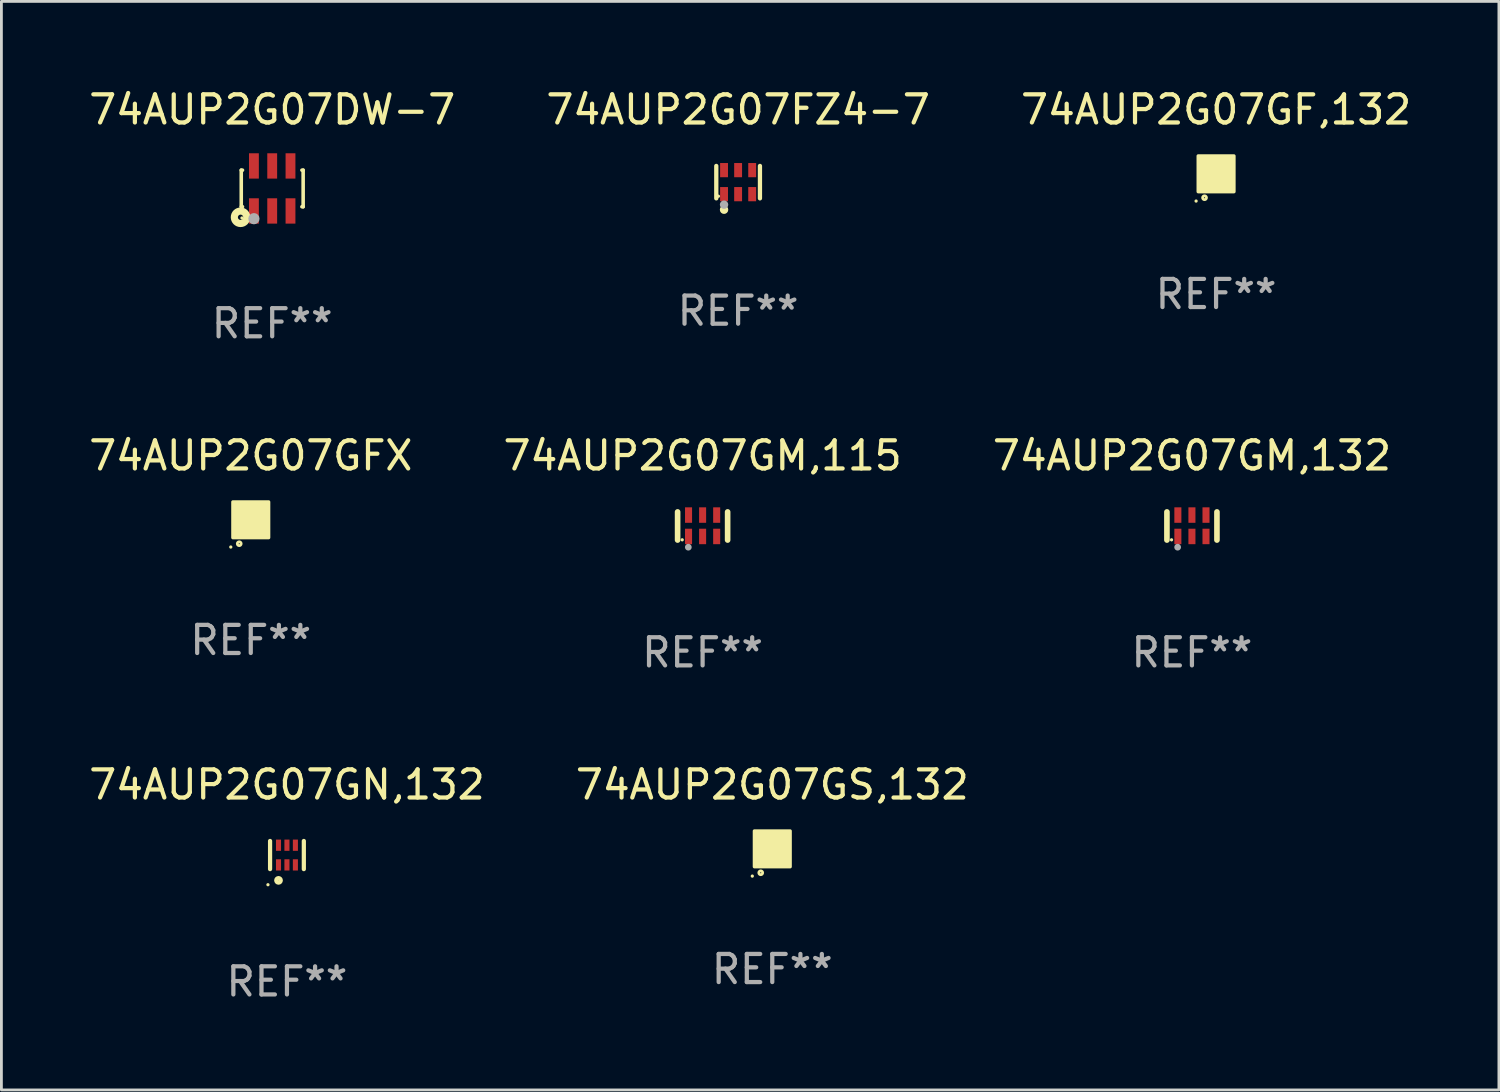
<source format=kicad_pcb>
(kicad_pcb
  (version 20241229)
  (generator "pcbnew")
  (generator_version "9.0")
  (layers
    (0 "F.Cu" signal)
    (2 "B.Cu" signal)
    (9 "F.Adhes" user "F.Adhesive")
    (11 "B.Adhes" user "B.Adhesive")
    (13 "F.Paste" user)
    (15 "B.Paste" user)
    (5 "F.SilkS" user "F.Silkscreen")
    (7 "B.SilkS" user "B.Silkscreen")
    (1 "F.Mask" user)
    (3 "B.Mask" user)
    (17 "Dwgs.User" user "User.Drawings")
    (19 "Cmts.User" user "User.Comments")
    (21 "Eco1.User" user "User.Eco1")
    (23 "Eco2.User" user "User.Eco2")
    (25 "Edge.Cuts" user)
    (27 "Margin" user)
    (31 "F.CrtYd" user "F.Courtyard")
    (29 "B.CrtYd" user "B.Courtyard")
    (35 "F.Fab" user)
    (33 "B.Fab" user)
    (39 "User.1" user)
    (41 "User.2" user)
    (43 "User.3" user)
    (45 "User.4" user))
  (footprint "74AUP2G07GFX"
    (layer "F.Cu")
    (at 5.863 15.425)
    (property "Reference" "74AUP2G07GFX" (at 0 -2.28 0) (layer "F.SilkS") (effects (font (size 1 1) (thickness 0.15))))
    (attr through_hole)
    (fp_circle (center -0.71 0.968) (end -0.68 0.968) (stroke (width 0.06) (type solid)) (fill no) (layer "F.SilkS"))
    (fp_circle (center -0.41 0.85) (end -0.342 0.85) (stroke (width 0.1) (type solid)) (fill no) (layer "F.SilkS"))
    (fp_poly (pts (xy -0.635 -0.635) (xy 0.635 -0.635) (xy 0.635 0.635) (xy -0.635 0.635)) (stroke (width 0.12) (type solid)) (fill yes) (layer "F.SilkS"))
    (fp_text user "REF**" (at 0 4.28 0) (layer "F.Fab") (effects (font (size 1 1) (thickness 0.15))))
    (pad "1" smd rect (at -0.35 0.28 90) (size 0.35 0.2) (layers "F.Cu" "F.Mask" "F.Paste"))
    (pad "2" smd rect (at 0 0.28 90) (size 0.35 0.2) (layers "F.Cu" "F.Mask" "F.Paste"))
    (pad "3" smd rect (at 0.35 0.28 90) (size 0.35 0.2) (layers "F.Cu" "F.Mask" "F.Paste"))
    (pad "4" smd rect (at 0.35 -0.28 90) (size 0.35 0.2) (layers "F.Cu" "F.Mask" "F.Paste"))
    (pad "5" smd rect (at 0 -0.28 90) (size 0.35 0.2) (layers "F.Cu" "F.Mask" "F.Paste"))
    (pad "6" smd rect (at -0.35 -0.28 90) (size 0.35 0.2) (layers "F.Cu" "F.Mask" "F.Paste")))
  (footprint "74AUP2G07GF,132"
    (layer "F.Cu")
    (at 40.173 3.128)
    (property "Reference" "74AUP2G07GF,132" (at 0 -2.28 0) (layer "F.SilkS") (effects (font (size 1 1) (thickness 0.15))))
    (attr through_hole)
    (fp_circle (center -0.71 0.968) (end -0.68 0.968) (stroke (width 0.06) (type solid)) (fill no) (layer "F.SilkS"))
    (fp_circle (center -0.41 0.85) (end -0.342 0.85) (stroke (width 0.1) (type solid)) (fill no) (layer "F.SilkS"))
    (fp_poly (pts (xy -0.635 -0.635) (xy 0.635 -0.635) (xy 0.635 0.635) (xy -0.635 0.635)) (stroke (width 0.12) (type solid)) (fill yes) (layer "F.SilkS"))
    (fp_text user "REF**" (at 0 4.28 0) (layer "F.Fab") (effects (font (size 1 1) (thickness 0.15))))
    (pad "1" smd rect (at -0.35 0.28 90) (size 0.35 0.2) (layers "F.Cu" "F.Mask" "F.Paste"))
    (pad "2" smd rect (at 0 0.28 90) (size 0.35 0.2) (layers "F.Cu" "F.Mask" "F.Paste"))
    (pad "3" smd rect (at 0.35 0.28 90) (size 0.35 0.2) (layers "F.Cu" "F.Mask" "F.Paste"))
    (pad "4" smd rect (at 0.35 -0.28 90) (size 0.35 0.2) (layers "F.Cu" "F.Mask" "F.Paste"))
    (pad "5" smd rect (at 0 -0.28 90) (size 0.35 0.2) (layers "F.Cu" "F.Mask" "F.Paste"))
    (pad "6" smd rect (at -0.35 -0.28 90) (size 0.35 0.2) (layers "F.Cu" "F.Mask" "F.Paste")))
  (footprint "74AUP2G07GM,132"
    (layer "F.Cu")
    (at 39.315 15.645)
    (property "Reference" "74AUP2G07GM,132" (at 0 -2.5 0) (layer "F.SilkS") (effects (font (size 1 1) (thickness 0.15))))
    (attr through_hole)
    (fp_line (start -0.889 0.5) (end -0.889 -0.5) (stroke (width 0.2) (type solid)) (layer "F.SilkS"))
    (fp_line (start 0.889 0.5) (end 0.889 -0.5) (stroke (width 0.2) (type solid)) (layer "F.SilkS"))
    (fp_circle (center -0.725 0.492) (end -0.695 0.492) (stroke (width 0.06) (type solid)) (fill no) (layer "F.SilkS"))
    (fp_circle (center -0.508 0.754) (end -0.448 0.754) (stroke (width 0.12) (type solid)) (fill no) (layer "F.Fab"))
    (fp_text user "REF**" (at 0 4.5 0) (layer "F.Fab") (effects (font (size 1 1) (thickness 0.15))))
    (pad "1" smd rect (at -0.5 0.372) (size 0.25 0.55) (layers "F.Cu" "F.Mask" "F.Paste"))
    (pad "2" smd rect (at -0.000127 0.372) (size 0.25 0.55) (layers "F.Cu" "F.Mask" "F.Paste"))
    (pad "3" smd rect (at 0.5 0.372) (size 0.25 0.55) (layers "F.Cu" "F.Mask" "F.Paste"))
    (pad "4" smd rect (at 0.5 -0.388 180) (size 0.25 0.55) (layers "F.Cu" "F.Mask" "F.Paste"))
    (pad "5" smd rect (at -0.000127 -0.388 180) (size 0.25 0.55) (layers "F.Cu" "F.Mask" "F.Paste"))
    (pad "6" smd rect (at -0.5 -0.388 180) (size 0.25 0.55) (layers "F.Cu" "F.Mask" "F.Paste")))
  (footprint "74AUP2G07GM,115"
    (layer "F.Cu")
    (at 21.923 15.645)
    (property "Reference" "74AUP2G07GM,115" (at 0 -2.5 0) (layer "F.SilkS") (effects (font (size 1 1) (thickness 0.15))))
    (attr through_hole)
    (fp_line (start -0.889 0.5) (end -0.889 -0.5) (stroke (width 0.2) (type solid)) (layer "F.SilkS"))
    (fp_line (start 0.889 0.5) (end 0.889 -0.5) (stroke (width 0.2) (type solid)) (layer "F.SilkS"))
    (fp_circle (center -0.725 0.492) (end -0.695 0.492) (stroke (width 0.06) (type solid)) (fill no) (layer "F.SilkS"))
    (fp_circle (center -0.508 0.754) (end -0.448 0.754) (stroke (width 0.12) (type solid)) (fill no) (layer "F.Fab"))
    (fp_text user "REF**" (at 0 4.5 0) (layer "F.Fab") (effects (font (size 1 1) (thickness 0.15))))
    (pad "1" smd rect (at -0.5 0.372) (size 0.25 0.55) (layers "F.Cu" "F.Mask" "F.Paste"))
    (pad "2" smd rect (at -0.000127 0.372) (size 0.25 0.55) (layers "F.Cu" "F.Mask" "F.Paste"))
    (pad "3" smd rect (at 0.5 0.372) (size 0.25 0.55) (layers "F.Cu" "F.Mask" "F.Paste"))
    (pad "4" smd rect (at 0.5 -0.388 180) (size 0.25 0.55) (layers "F.Cu" "F.Mask" "F.Paste"))
    (pad "5" smd rect (at -0.000127 -0.388 180) (size 0.25 0.55) (layers "F.Cu" "F.Mask" "F.Paste"))
    (pad "6" smd rect (at -0.5 -0.388 180) (size 0.25 0.55) (layers "F.Cu" "F.Mask" "F.Paste")))
  (footprint "74AUP2G07DW-7"
    (layer "F.Cu")
    (at 6.625 3.648)
    (property "Reference" "74AUP2G07DW-7" (at 0 -2.8 0) (layer "F.SilkS") (effects (font (size 1 1) (thickness 0.15))))
    (attr through_hole)
    (fp_line (start -1.1 -0.65) (end -1.1 0.65) (stroke (width 0.127) (type solid)) (layer "F.SilkS"))
    (fp_line (start -1.1 -0.65) (end -1.056 -0.65) (stroke (width 0.127) (type solid)) (layer "F.SilkS"))
    (fp_line (start -1.1 0.65) (end -1.056 0.65) (stroke (width 0.127) (type solid)) (layer "F.SilkS"))
    (fp_line (start 1.056 -0.65) (end 1.1 -0.65) (stroke (width 0.127) (type solid)) (layer "F.SilkS"))
    (fp_line (start 1.056 0.65) (end 1.1 0.65) (stroke (width 0.127) (type solid)) (layer "F.SilkS"))
    (fp_line (start 1.1 -0.65) (end 1.1 0.65) (stroke (width 0.127) (type solid)) (layer "F.SilkS"))
    (fp_circle (center -1.125 1.025) (end -1.031 1.025) (stroke (width 0.254) (type solid)) (fill no) (layer "F.SilkS"))
    (fp_circle (center -1.075 1.05) (end -1.045 1.05) (stroke (width 0.06) (type solid)) (fill no) (layer "F.SilkS"))
    (fp_circle (center -0.65 1.075) (end -0.55 1.075) (stroke (width 0.2) (type solid)) (fill no) (layer "F.Fab"))
    (fp_text user "REF**" (at 0 4.8 0) (layer "F.Fab") (effects (font (size 1 1) (thickness 0.15))))
    (pad "1" smd rect (at -0.65 0.8) (size 0.35 0.9) (layers "F.Cu" "F.Mask" "F.Paste"))
    (pad "2" smd rect (at 0.000025 0.8) (size 0.35 0.9) (layers "F.Cu" "F.Mask" "F.Paste"))
    (pad "3" smd rect (at 0.65 0.8) (size 0.35 0.9) (layers "F.Cu" "F.Mask" "F.Paste"))
    (pad "4" smd rect (at 0.65 -0.8) (size 0.35 0.9) (layers "F.Cu" "F.Mask" "F.Paste"))
    (pad "5" smd rect (at 0.000025 -0.8) (size 0.35 0.9) (layers "F.Cu" "F.Mask" "F.Paste"))
    (pad "6" smd rect (at -0.65 -0.8) (size 0.35 0.9) (layers "F.Cu" "F.Mask" "F.Paste")))
  (footprint "74AUP2G07GN,132"
    (layer "F.Cu")
    (at 7.149 27.341)
    (property "Reference" "74AUP2G07GN,132" (at 0 -2.5 0) (layer "F.SilkS") (effects (font (size 1 1) (thickness 0.15))))
    (attr through_hole)
    (fp_line (start -0.6 -0.5) (end -0.6 0.5) (stroke (width 0.15) (type solid)) (layer "F.SilkS"))
    (fp_line (start 0.6 0.5) (end 0.6 -0.5) (stroke (width 0.15) (type solid)) (layer "F.SilkS"))
    (fp_circle (center -0.675 1.055) (end -0.645 1.055) (stroke (width 0.06) (type solid)) (fill no) (layer "F.SilkS"))
    (fp_circle (center -0.3 0.9) (end -0.22 0.9) (stroke (width 0.15) (type solid)) (fill no) (layer "F.SilkS"))
    (fp_text user "REF**" (at 0 4.5 0) (layer "F.Fab") (effects (font (size 1 1) (thickness 0.15))))
    (pad "1" smd rect (at -0.3 0.35) (size 0.18 0.4) (layers "F.Cu" "F.Mask" "F.Paste"))
    (pad "2" smd rect (at 0.000025 0.35) (size 0.18 0.4) (layers "F.Cu" "F.Mask" "F.Paste"))
    (pad "3" smd rect (at 0.3 0.35) (size 0.18 0.4) (layers "F.Cu" "F.Mask" "F.Paste"))
    (pad "4" smd rect (at 0.3 -0.35) (size 0.18 0.4) (layers "F.Cu" "F.Mask" "F.Paste"))
    (pad "5" smd rect (at 0.000025 -0.35) (size 0.18 0.4) (layers "F.Cu" "F.Mask" "F.Paste"))
    (pad "6" smd rect (at -0.3 -0.35) (size 0.18 0.4) (layers "F.Cu" "F.Mask" "F.Paste")))
  (footprint "74AUP2G07GS,132"
    (layer "F.Cu")
    (at 24.399 27.121)
    (property "Reference" "74AUP2G07GS,132" (at 0 -2.28 0) (layer "F.SilkS") (effects (font (size 1 1) (thickness 0.15))))
    (attr through_hole)
    (fp_circle (center -0.71 0.968) (end -0.68 0.968) (stroke (width 0.06) (type solid)) (fill no) (layer "F.SilkS"))
    (fp_circle (center -0.41 0.85) (end -0.342 0.85) (stroke (width 0.1) (type solid)) (fill no) (layer "F.SilkS"))
    (fp_poly (pts (xy -0.635 -0.635) (xy 0.635 -0.635) (xy 0.635 0.635) (xy -0.635 0.635)) (stroke (width 0.12) (type solid)) (fill yes) (layer "F.SilkS"))
    (fp_text user "REF**" (at 0 4.28 0) (layer "F.Fab") (effects (font (size 1 1) (thickness 0.15))))
    (pad "1" smd rect (at -0.35 0.28 90) (size 0.35 0.2) (layers "F.Cu" "F.Mask" "F.Paste"))
    (pad "2" smd rect (at 0 0.28 90) (size 0.35 0.2) (layers "F.Cu" "F.Mask" "F.Paste"))
    (pad "3" smd rect (at 0.35 0.28 90) (size 0.35 0.2) (layers "F.Cu" "F.Mask" "F.Paste"))
    (pad "4" smd rect (at 0.35 -0.28 90) (size 0.35 0.2) (layers "F.Cu" "F.Mask" "F.Paste"))
    (pad "5" smd rect (at 0 -0.28 90) (size 0.35 0.2) (layers "F.Cu" "F.Mask" "F.Paste"))
    (pad "6" smd rect (at -0.35 -0.28 90) (size 0.35 0.2) (layers "F.Cu" "F.Mask" "F.Paste")))
  (footprint "74AUP2G07FZ4-7"
    (layer "F.Cu")
    (at 23.185 3.424)
    (property "Reference" "74AUP2G07FZ4-7" (at 0 -2.576 0) (layer "F.SilkS") (effects (font (size 1 1) (thickness 0.15))))
    (attr through_hole)
    (fp_line (start -0.776 0.576) (end -0.776 -0.576) (stroke (width 0.152) (type solid)) (layer "F.SilkS"))
    (fp_line (start 0.776 0.576) (end 0.776 -0.576) (stroke (width 0.152) (type solid)) (layer "F.SilkS"))
    (fp_circle (center -0.7 0.5) (end -0.67 0.5) (stroke (width 0.06) (type solid)) (fill no) (layer "F.SilkS"))
    (fp_circle (center -0.5 0.98) (end -0.425 0.98) (stroke (width 0.15) (type solid)) (fill no) (layer "F.SilkS"))
    (fp_circle (center -0.5 0.8) (end -0.425 0.8) (stroke (width 0.15) (type solid)) (fill no) (layer "F.Fab"))
    (fp_text user "REF**" (at 0 4.576 0) (layer "F.Fab") (effects (font (size 1 1) (thickness 0.15))))
    (pad "1" smd rect (at -0.5 0.427) (size 0.28 0.505) (layers "F.Cu" "F.Mask" "F.Paste"))
    (pad "2" smd rect (at 0 0.427) (size 0.28 0.505) (layers "F.Cu" "F.Mask" "F.Paste"))
    (pad "3" smd rect (at 0.5 0.427) (size 0.28 0.505) (layers "F.Cu" "F.Mask" "F.Paste"))
    (pad "4" smd rect (at 0.5 -0.427) (size 0.28 0.505) (layers "F.Cu" "F.Mask" "F.Paste"))
    (pad "5" smd rect (at 0 -0.427) (size 0.28 0.505) (layers "F.Cu" "F.Mask" "F.Paste"))
    (pad "6" smd rect (at -0.5 -0.427) (size 0.28 0.505) (layers "F.Cu" "F.Mask" "F.Paste")))
  (gr_rect
    (start -3 -3)
    (end 50.226 35.689)
    (stroke (width 0.1) (type default))
    (fill no)
    (layer "Edge.Cuts")))
</source>
